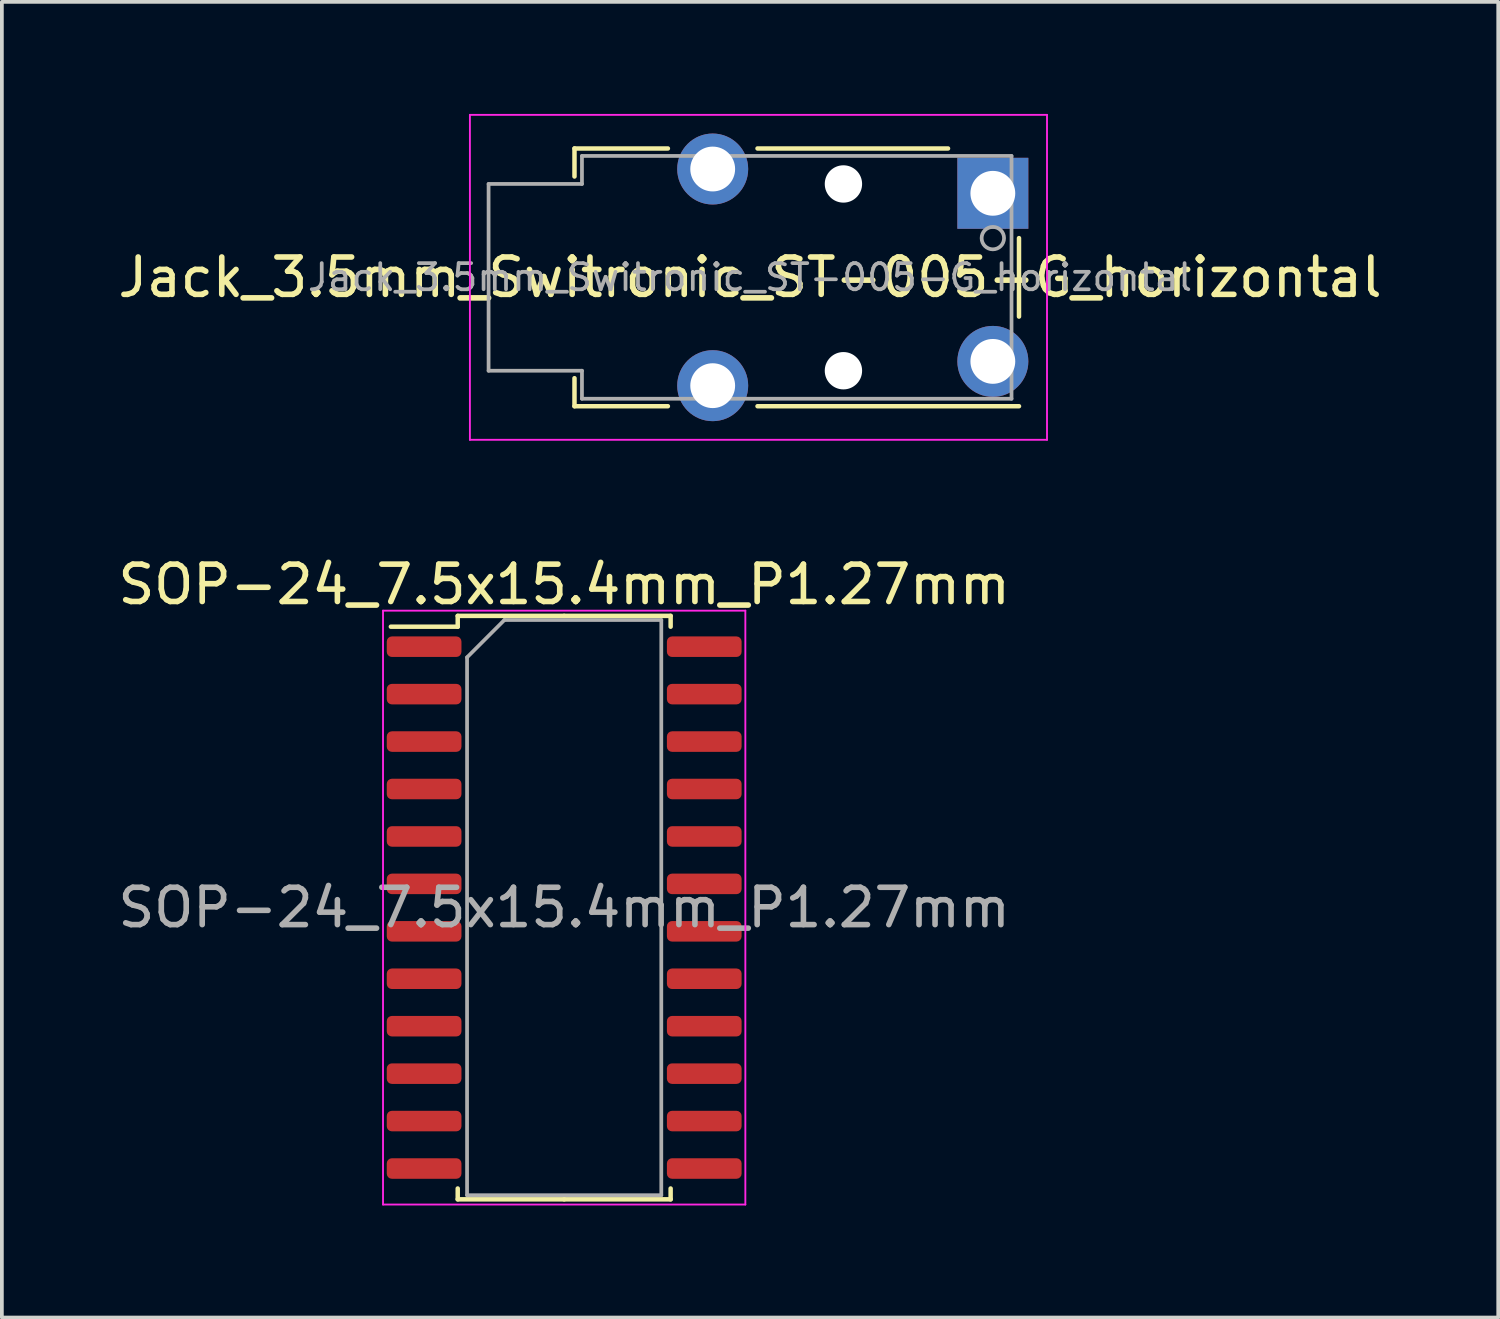
<source format=kicad_pcb>
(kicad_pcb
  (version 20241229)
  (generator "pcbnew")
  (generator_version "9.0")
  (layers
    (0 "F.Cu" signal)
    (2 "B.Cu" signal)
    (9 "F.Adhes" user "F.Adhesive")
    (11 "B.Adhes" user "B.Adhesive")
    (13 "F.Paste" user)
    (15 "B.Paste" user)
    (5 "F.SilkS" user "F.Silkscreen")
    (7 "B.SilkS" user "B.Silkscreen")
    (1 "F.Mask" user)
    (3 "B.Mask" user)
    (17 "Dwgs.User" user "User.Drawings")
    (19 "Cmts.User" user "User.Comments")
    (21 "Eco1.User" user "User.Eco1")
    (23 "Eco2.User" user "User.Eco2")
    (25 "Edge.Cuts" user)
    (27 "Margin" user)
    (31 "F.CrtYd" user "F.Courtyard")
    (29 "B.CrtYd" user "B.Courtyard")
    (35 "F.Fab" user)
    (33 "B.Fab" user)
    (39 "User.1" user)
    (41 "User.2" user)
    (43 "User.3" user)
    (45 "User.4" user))
  (footprint "Jack_3.5mm_Switronic_ST-005-G_horizontal"
    (layer "F.Cu")
    (at 17.03 4.375)
    (property "Reference" "Jack_3.5mm_Switronic_ST-005-G_horizontal" (at 0 0 0) (layer "F.SilkS") (effects (font (size 1 1) (thickness 0.15))))
    (attr through_hole)
    (fp_line (start -4.7 -3.45) (end -2.2 -3.45) (stroke (width 0.12) (type solid)) (layer "F.SilkS"))
    (fp_line (start -4.7 -2.7) (end -4.7 -3.45) (stroke (width 0.12) (type solid)) (layer "F.SilkS"))
    (fp_line (start -4.7 3.45) (end -4.7 2.7) (stroke (width 0.12) (type solid)) (layer "F.SilkS"))
    (fp_line (start -2.2 3.45) (end -4.7 3.45) (stroke (width 0.12) (type solid)) (layer "F.SilkS"))
    (fp_line (start 0.2 -3.45) (end 5.3 -3.45) (stroke (width 0.12) (type solid)) (layer "F.SilkS"))
    (fp_line (start 0.2 3.45) (end 7.2 3.45) (stroke (width 0.12) (type solid)) (layer "F.SilkS"))
    (fp_line (start 7.2 -1.05) (end 7.2 1.05) (stroke (width 0.12) (type solid)) (layer "F.SilkS"))
    (fp_line (start -7.5 -4.35) (end -7.5 4.35) (stroke (width 0.05) (type solid)) (layer "F.CrtYd"))
    (fp_line (start -7.5 4.35) (end 7.95 4.35) (stroke (width 0.05) (type solid)) (layer "F.CrtYd"))
    (fp_line (start 7.95 -4.35) (end -7.5 -4.35) (stroke (width 0.05) (type solid)) (layer "F.CrtYd"))
    (fp_line (start 7.95 4.35) (end 7.95 -4.35) (stroke (width 0.05) (type solid)) (layer "F.CrtYd"))
    (fp_line (start -7 -2.5) (end -4.5 -2.5) (stroke (width 0.1) (type solid)) (layer "F.Fab"))
    (fp_line (start -7 2.5) (end -7 -2.5) (stroke (width 0.1) (type solid)) (layer "F.Fab"))
    (fp_line (start -4.5 -3.25) (end 7 -3.25) (stroke (width 0.1) (type solid)) (layer "F.Fab"))
    (fp_line (start -4.5 -2.5) (end -4.5 -3.25) (stroke (width 0.1) (type solid)) (layer "F.Fab"))
    (fp_line (start -4.5 2.5) (end -7 2.5) (stroke (width 0.1) (type solid)) (layer "F.Fab"))
    (fp_line (start -4.5 3.25) (end -4.5 2.5) (stroke (width 0.1) (type solid)) (layer "F.Fab"))
    (fp_line (start 7 -3.25) (end 7 3.25) (stroke (width 0.1) (type solid)) (layer "F.Fab"))
    (fp_line (start 7 3.25) (end -4.5 3.25) (stroke (width 0.1) (type solid)) (layer "F.Fab"))
    (fp_circle (center 6.5 -1.05) (end 6.8 -1.05) (stroke (width 0.1) (type solid)) (fill no) (layer "F.Fab"))
    (fp_text user "${REFERENCE}" (at 0 0 0) (layer "F.Fab") (effects (font (size 0.7 0.7) (thickness 0.1))))
    (pad "" np_thru_hole circle (at 2.5 -2.5) (size 1 1) (drill 1) (layers "*.Cu" "*.Mask"))
    (pad "" np_thru_hole circle (at 2.5 2.5) (size 1 1) (drill 1) (layers "*.Cu" "*.Mask"))
    (pad "1" thru_hole rect (at 6.5 -2.25) (size 1.9 1.9) (drill 1.2) (layers "*.Cu" "*.Mask"))
    (pad "2" thru_hole circle (at 6.5 2.25) (size 1.9 1.9) (drill 1.2) (layers "*.Cu" "*.Mask"))
    (pad "3" thru_hole circle (at -1 -2.9) (size 1.9 1.9) (drill 1.2) (layers "*.Cu" "*.Mask"))
    (pad "3" thru_hole circle (at -1 2.9) (size 1.9 1.9) (drill 1.2) (layers "*.Cu" "*.Mask")))
  (footprint "SOP-24_7.5x15.4mm_P1.27mm"
    (layer "F.Cu")
    (at 12.054 21.248)
    (property "Reference" "SOP-24_7.5x15.4mm_P1.27mm" (at 0 -8.65 0) (layer "F.SilkS") (effects (font (size 1 1) (thickness 0.15))))
    (attr smd)
    (fp_line (start -2.85 -7.81) (end -2.85 -7.52) (stroke (width 0.12) (type solid)) (layer "F.SilkS"))
    (fp_line (start -2.85 -7.52) (end -4.64 -7.52) (stroke (width 0.12) (type solid)) (layer "F.SilkS"))
    (fp_line (start -2.85 7.81) (end -2.85 7.52) (stroke (width 0.12) (type solid)) (layer "F.SilkS"))
    (fp_line (start 0 -7.81) (end -2.85 -7.81) (stroke (width 0.12) (type solid)) (layer "F.SilkS"))
    (fp_line (start 0 -7.81) (end 2.85 -7.81) (stroke (width 0.12) (type solid)) (layer "F.SilkS"))
    (fp_line (start 0 7.81) (end -2.85 7.81) (stroke (width 0.12) (type solid)) (layer "F.SilkS"))
    (fp_line (start 0 7.81) (end 2.85 7.81) (stroke (width 0.12) (type solid)) (layer "F.SilkS"))
    (fp_line (start 2.85 -7.81) (end 2.85 -7.52) (stroke (width 0.12) (type solid)) (layer "F.SilkS"))
    (fp_line (start 2.85 7.81) (end 2.85 7.52) (stroke (width 0.12) (type solid)) (layer "F.SilkS"))
    (fp_line (start -4.85 -7.95) (end -4.85 7.95) (stroke (width 0.05) (type solid)) (layer "F.CrtYd"))
    (fp_line (start -4.85 7.95) (end 4.85 7.95) (stroke (width 0.05) (type solid)) (layer "F.CrtYd"))
    (fp_line (start 4.85 -7.95) (end -4.85 -7.95) (stroke (width 0.05) (type solid)) (layer "F.CrtYd"))
    (fp_line (start 4.85 7.95) (end 4.85 -7.95) (stroke (width 0.05) (type solid)) (layer "F.CrtYd"))
    (fp_line (start -2.6 -6.7) (end -1.6 -7.7) (stroke (width 0.1) (type solid)) (layer "F.Fab"))
    (fp_line (start -2.6 7.7) (end -2.6 -6.7) (stroke (width 0.1) (type solid)) (layer "F.Fab"))
    (fp_line (start -1.6 -7.7) (end 2.6 -7.7) (stroke (width 0.1) (type solid)) (layer "F.Fab"))
    (fp_line (start 2.6 -7.7) (end 2.6 7.7) (stroke (width 0.1) (type solid)) (layer "F.Fab"))
    (fp_line (start 2.6 7.7) (end -2.6 7.7) (stroke (width 0.1) (type solid)) (layer "F.Fab"))
    (fp_text user "${REFERENCE}" (at 0 0 0) (layer "F.Fab") (effects (font (size 1 1) (thickness 0.15))))
    (pad "1" smd roundrect (at -3.75 -6.985) (size 2 0.55) (layers "F.Cu" "F.Mask" "F.Paste") (roundrect_rratio 0.25))
    (pad "2" smd roundrect (at -3.75 -5.715) (size 2 0.55) (layers "F.Cu" "F.Mask" "F.Paste") (roundrect_rratio 0.25))
    (pad "3" smd roundrect (at -3.75 -4.445) (size 2 0.55) (layers "F.Cu" "F.Mask" "F.Paste") (roundrect_rratio 0.25))
    (pad "4" smd roundrect (at -3.75 -3.175) (size 2 0.55) (layers "F.Cu" "F.Mask" "F.Paste") (roundrect_rratio 0.25))
    (pad "5" smd roundrect (at -3.75 -1.905) (size 2 0.55) (layers "F.Cu" "F.Mask" "F.Paste") (roundrect_rratio 0.25))
    (pad "6" smd roundrect (at -3.75 -0.635) (size 2 0.55) (layers "F.Cu" "F.Mask" "F.Paste") (roundrect_rratio 0.25))
    (pad "7" smd roundrect (at -3.75 0.635) (size 2 0.55) (layers "F.Cu" "F.Mask" "F.Paste") (roundrect_rratio 0.25))
    (pad "8" smd roundrect (at -3.75 1.905) (size 2 0.55) (layers "F.Cu" "F.Mask" "F.Paste") (roundrect_rratio 0.25))
    (pad "9" smd roundrect (at -3.75 3.175) (size 2 0.55) (layers "F.Cu" "F.Mask" "F.Paste") (roundrect_rratio 0.25))
    (pad "10" smd roundrect (at -3.75 4.445) (size 2 0.55) (layers "F.Cu" "F.Mask" "F.Paste") (roundrect_rratio 0.25))
    (pad "11" smd roundrect (at -3.75 5.715) (size 2 0.55) (layers "F.Cu" "F.Mask" "F.Paste") (roundrect_rratio 0.25))
    (pad "12" smd roundrect (at -3.75 6.985) (size 2 0.55) (layers "F.Cu" "F.Mask" "F.Paste") (roundrect_rratio 0.25))
    (pad "13" smd roundrect (at 3.75 6.985) (size 2 0.55) (layers "F.Cu" "F.Mask" "F.Paste") (roundrect_rratio 0.25))
    (pad "14" smd roundrect (at 3.75 5.715) (size 2 0.55) (layers "F.Cu" "F.Mask" "F.Paste") (roundrect_rratio 0.25))
    (pad "15" smd roundrect (at 3.75 4.445) (size 2 0.55) (layers "F.Cu" "F.Mask" "F.Paste") (roundrect_rratio 0.25))
    (pad "16" smd roundrect (at 3.75 3.175) (size 2 0.55) (layers "F.Cu" "F.Mask" "F.Paste") (roundrect_rratio 0.25))
    (pad "17" smd roundrect (at 3.75 1.905) (size 2 0.55) (layers "F.Cu" "F.Mask" "F.Paste") (roundrect_rratio 0.25))
    (pad "18" smd roundrect (at 3.75 0.635) (size 2 0.55) (layers "F.Cu" "F.Mask" "F.Paste") (roundrect_rratio 0.25))
    (pad "19" smd roundrect (at 3.75 -0.635) (size 2 0.55) (layers "F.Cu" "F.Mask" "F.Paste") (roundrect_rratio 0.25))
    (pad "20" smd roundrect (at 3.75 -1.905) (size 2 0.55) (layers "F.Cu" "F.Mask" "F.Paste") (roundrect_rratio 0.25))
    (pad "21" smd roundrect (at 3.75 -3.175) (size 2 0.55) (layers "F.Cu" "F.Mask" "F.Paste") (roundrect_rratio 0.25))
    (pad "22" smd roundrect (at 3.75 -4.445) (size 2 0.55) (layers "F.Cu" "F.Mask" "F.Paste") (roundrect_rratio 0.25))
    (pad "23" smd roundrect (at 3.75 -5.715) (size 2 0.55) (layers "F.Cu" "F.Mask" "F.Paste") (roundrect_rratio 0.25))
    (pad "24" smd roundrect (at 3.75 -6.985) (size 2 0.55) (layers "F.Cu" "F.Mask" "F.Paste") (roundrect_rratio 0.25)))
  (gr_rect
    (start -3 -3)
    (end 37.06 32.223)
    (stroke (width 0.1) (type default))
    (fill no)
    (layer "Edge.Cuts")))
</source>
